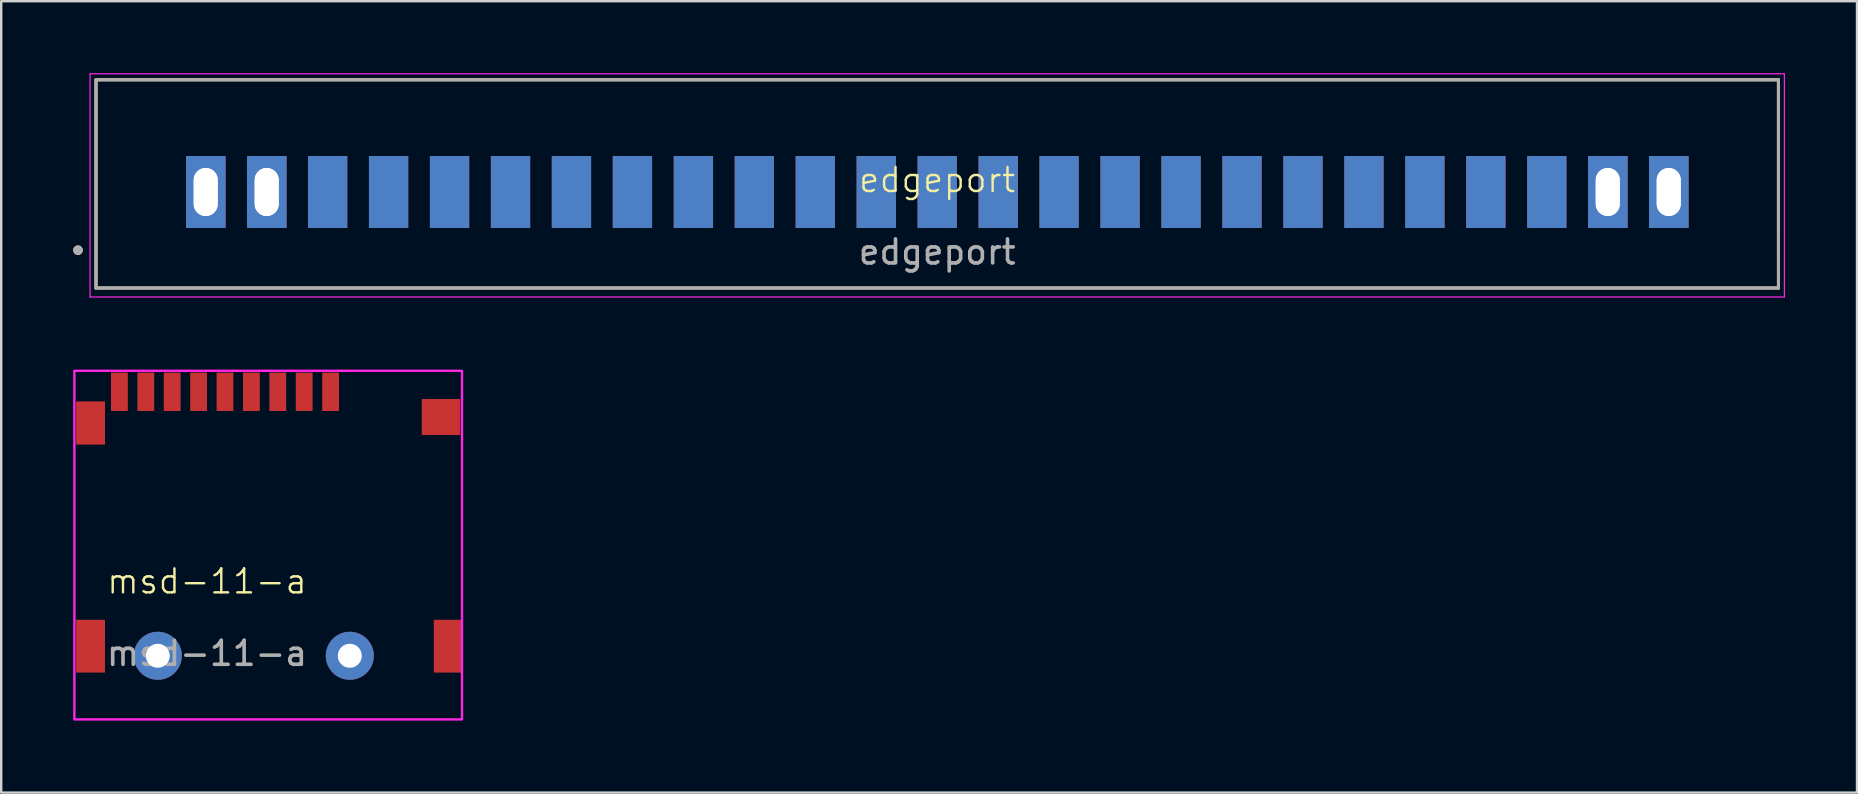
<source format=kicad_pcb>
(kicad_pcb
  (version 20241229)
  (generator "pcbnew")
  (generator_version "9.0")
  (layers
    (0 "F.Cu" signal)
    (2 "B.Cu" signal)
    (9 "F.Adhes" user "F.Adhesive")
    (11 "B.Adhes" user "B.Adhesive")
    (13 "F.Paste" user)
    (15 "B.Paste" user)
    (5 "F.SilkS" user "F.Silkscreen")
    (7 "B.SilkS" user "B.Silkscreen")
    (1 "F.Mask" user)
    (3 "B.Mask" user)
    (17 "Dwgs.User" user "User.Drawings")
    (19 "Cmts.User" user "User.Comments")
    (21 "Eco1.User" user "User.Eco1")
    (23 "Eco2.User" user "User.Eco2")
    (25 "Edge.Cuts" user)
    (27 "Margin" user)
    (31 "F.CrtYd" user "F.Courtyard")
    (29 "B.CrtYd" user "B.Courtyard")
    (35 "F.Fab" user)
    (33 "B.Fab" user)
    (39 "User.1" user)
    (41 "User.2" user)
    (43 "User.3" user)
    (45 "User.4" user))
  (footprint "msd-11-a"
    (layer "F.Cu")
    (at 5.575 21.675)
    (property "Reference" "msd-11-a" (at 0 -0.5 0) (unlocked yes) (layer "F.SilkS") (effects (font (size 1 1) (thickness 0.1))))
    (attr smd)
    (fp_rect (start -5.525 -9.275) (end 10.625 5.25) (stroke (width 0.1) (type default)) (fill no) (layer "F.CrtYd"))
    (fp_text user "${REFERENCE}" (at 0 2.5 0) (unlocked yes) (layer "F.Fab") (effects (font (size 1 1) (thickness 0.15))))
    (pad "1" smd rect (at 5.15 -8.4) (size 0.7 1.6) (layers "F.Cu" "F.Mask" "F.Paste"))
    (pad "2" smd rect (at 4.05 -8.4) (size 0.7 1.6) (layers "F.Cu" "F.Mask" "F.Paste"))
    (pad "3" smd rect (at 2.95 -8.4) (size 0.7 1.6) (layers "F.Cu" "F.Mask" "F.Paste"))
    (pad "4" smd rect (at 1.85 -8.4) (size 0.7 1.6) (layers "F.Cu" "F.Mask" "F.Paste"))
    (pad "5" smd rect (at 0.75 -8.4) (size 0.7 1.6) (layers "F.Cu" "F.Mask" "F.Paste"))
    (pad "6" smd rect (at -0.35 -8.4) (size 0.7 1.6) (layers "F.Cu" "F.Mask" "F.Paste"))
    (pad "7" smd rect (at -1.45 -8.4) (size 0.7 1.6) (layers "F.Cu" "F.Mask" "F.Paste"))
    (pad "8" smd rect (at -2.55 -8.4) (size 0.7 1.6) (layers "F.Cu" "F.Mask" "F.Paste"))
    (pad "9" smd rect (at -3.65 -8.4) (size 0.7 1.6) (layers "F.Cu" "F.Mask" "F.Paste"))
    (pad "10" smd rect (at -4.85 -7.1) (size 1.2 1.8) (layers "F.Cu" "F.Mask" "F.Paste"))
    (pad "11" smd rect (at 9.75 -7.35) (size 1.6 1.5) (layers "F.Cu" "F.Mask" "F.Paste"))
    (pad "12" smd rect (at 10.05 2.2) (size 1.2 2.2) (layers "F.Cu" "F.Mask" "F.Paste"))
    (pad "13" smd rect (at -4.85 2.2) (size 1.2 2.2) (layers "F.Cu" "F.Mask" "F.Paste"))
    (pad "13" thru_hole circle (at -2.05 2.6) (size 2 2) (drill 1) (layers "*.Cu" "*.Mask"))
    (pad "13" thru_hole circle (at 5.95 2.6) (size 2 2) (drill 1) (layers "*.Cu" "*.Mask")))
  (footprint "edgeport"
    (layer "F.Cu")
    (at 36.002 4.95)
    (property "Reference" "edgeport" (at 0 -0.5 0) (unlocked yes) (layer "F.SilkS") (effects (font (size 1 1) (thickness 0.1))))
    (attr smd)
    (fp_line (start -35.052 -4.674) (end 35.052 -4.674) (stroke (width 0.127) (type solid)) (layer "F.SilkS"))
    (fp_line (start -35.052 4) (end -35.052 -4.674) (stroke (width 0.127) (type solid)) (layer "F.SilkS"))
    (fp_line (start 35.052 -4.674) (end 35.052 4) (stroke (width 0.127) (type solid)) (layer "F.SilkS"))
    (fp_line (start 35.052 4) (end -35.052 4) (stroke (width 0.127) (type solid)) (layer "F.SilkS"))
    (fp_circle (center -35.802 2.426) (end -35.702 2.426) (stroke (width 0.2) (type solid)) (fill no) (layer "F.SilkS"))
    (fp_line (start -35.3 -4.925) (end -35.3 4.375) (stroke (width 0.05) (type solid)) (layer "F.CrtYd"))
    (fp_line (start -35.3 4.375) (end 35.3 4.375) (stroke (width 0.05) (type solid)) (layer "F.CrtYd"))
    (fp_line (start 35.3 -4.924) (end -35.3 -4.925) (stroke (width 0.05) (type solid)) (layer "F.CrtYd"))
    (fp_line (start 35.3 4.375) (end 35.3 -4.924) (stroke (width 0.05) (type solid)) (layer "F.CrtYd"))
    (fp_line (start -35.052 -4.674) (end 35.052 -4.674) (stroke (width 0.127) (type solid)) (layer "F.Fab"))
    (fp_line (start -35.05 4) (end -35.052 -4.674) (stroke (width 0.127) (type solid)) (layer "F.Fab"))
    (fp_line (start 35.052 -4.674) (end 35.054 4) (stroke (width 0.127) (type solid)) (layer "F.Fab"))
    (fp_line (start 35.054 4) (end -35.05 4) (stroke (width 0.127) (type solid)) (layer "F.Fab"))
    (fp_circle (center -35.802 2.426) (end -35.702 2.426) (stroke (width 0.2) (type solid)) (fill no) (layer "F.Fab"))
    (fp_text user "${REFERENCE}" (at 0 2.5 0) (unlocked yes) (layer "F.Fab") (effects (font (size 1 1) (thickness 0.15))))
    (pad "1" thru_hole rect (at -30.48 0) (size 1.638 3) (drill oval 1 2) (layers "*.Cu" "*.Mask"))
    (pad "2" thru_hole rect (at -30.48 0) (size 1.638 3) (drill oval 1 2) (layers "*.Cu" "*.Mask"))
    (pad "3" thru_hole rect (at -27.94 0) (size 1.638 3) (drill oval 1 2) (layers "*.Cu" "*.Mask"))
    (pad "4" thru_hole rect (at -27.94 0) (size 1.638 3) (drill oval 1 2) (layers "*.Cu" "*.Mask"))
    (pad "5" smd rect (at -25.4 0) (size 1.638 3) (layers "B.Cu" "B.Mask" "B.Paste"))
    (pad "6" smd rect (at -25.4 0) (size 1.638 3) (layers "F.Cu" "F.Mask" "F.Paste"))
    (pad "7" smd rect (at -22.86 0) (size 1.638 3) (layers "B.Cu" "B.Mask" "B.Paste"))
    (pad "8" smd rect (at -22.86 0) (size 1.638 3) (layers "F.Cu" "F.Mask" "F.Paste"))
    (pad "9" smd rect (at -20.32 0) (size 1.638 3) (layers "B.Cu" "B.Mask" "B.Paste"))
    (pad "10" smd rect (at -20.32 0) (size 1.638 3) (layers "F.Cu" "F.Mask" "F.Paste"))
    (pad "11" smd rect (at -17.78 0) (size 1.638 3) (layers "B.Cu" "B.Mask" "B.Paste"))
    (pad "12" smd rect (at -17.78 0) (size 1.638 3) (layers "F.Cu" "F.Mask" "F.Paste"))
    (pad "13" smd rect (at -15.24 0) (size 1.638 3) (layers "B.Cu" "B.Mask" "B.Paste"))
    (pad "14" smd rect (at -15.24 0) (size 1.638 3) (layers "F.Cu" "F.Mask" "F.Paste"))
    (pad "15" smd rect (at -12.7 0) (size 1.638 3) (layers "B.Cu" "B.Mask" "B.Paste"))
    (pad "16" smd rect (at -12.7 0) (size 1.638 3) (layers "F.Cu" "F.Mask" "F.Paste"))
    (pad "17" smd rect (at -10.16 0) (size 1.638 3) (layers "B.Cu" "B.Mask" "B.Paste"))
    (pad "18" smd rect (at -10.16 0) (size 1.638 3) (layers "F.Cu" "F.Mask" "F.Paste"))
    (pad "19" smd rect (at -7.62 0) (size 1.638 3) (layers "B.Cu" "B.Mask" "B.Paste"))
    (pad "20" smd rect (at -7.62 0) (size 1.638 3) (layers "F.Cu" "F.Mask" "F.Paste"))
    (pad "21" smd rect (at -5.08 0) (size 1.638 3) (layers "B.Cu" "B.Mask" "B.Paste"))
    (pad "22" smd rect (at -5.08 0) (size 1.638 3) (layers "F.Cu" "F.Mask" "F.Paste"))
    (pad "23" smd rect (at -2.54 0) (size 1.638 3) (layers "B.Cu" "B.Mask" "B.Paste"))
    (pad "24" smd rect (at -2.54 0) (size 1.638 3) (layers "F.Cu" "F.Mask" "F.Paste"))
    (pad "25" smd rect (at 0 0) (size 1.638 3) (layers "B.Cu" "B.Mask" "B.Paste"))
    (pad "26" smd rect (at 0 0) (size 1.638 3) (layers "F.Cu" "F.Mask" "F.Paste"))
    (pad "27" smd rect (at 2.54 0) (size 1.638 3) (layers "B.Cu" "B.Mask" "B.Paste"))
    (pad "28" smd rect (at 2.54 0) (size 1.638 3) (layers "F.Cu" "F.Mask" "F.Paste"))
    (pad "29" smd rect (at 5.08 0) (size 1.638 3) (layers "B.Cu" "B.Mask" "B.Paste"))
    (pad "30" smd rect (at 5.08 0) (size 1.638 3) (layers "F.Cu" "F.Mask" "F.Paste"))
    (pad "31" smd rect (at 7.62 0) (size 1.638 3) (layers "B.Cu" "B.Mask" "B.Paste"))
    (pad "32" smd rect (at 7.62 0) (size 1.638 3) (layers "F.Cu" "F.Mask" "F.Paste"))
    (pad "33" smd rect (at 10.16 0) (size 1.638 3) (layers "B.Cu" "B.Mask" "B.Paste"))
    (pad "34" smd rect (at 10.16 0) (size 1.638 3) (layers "F.Cu" "F.Mask" "F.Paste"))
    (pad "35" smd rect (at 12.7 0) (size 1.638 3) (layers "B.Cu" "B.Mask" "B.Paste"))
    (pad "36" smd rect (at 12.7 0) (size 1.638 3) (layers "F.Cu" "F.Mask" "F.Paste"))
    (pad "37" smd rect (at 15.24 0) (size 1.638 3) (layers "B.Cu" "B.Mask" "B.Paste"))
    (pad "38" smd rect (at 15.24 0) (size 1.638 3) (layers "F.Cu" "F.Mask" "F.Paste"))
    (pad "39" smd rect (at 17.78 0) (size 1.638 3) (layers "B.Cu" "B.Mask" "B.Paste"))
    (pad "40" smd rect (at 17.78 0) (size 1.638 3) (layers "F.Cu" "F.Mask" "F.Paste"))
    (pad "41" smd rect (at 20.32 0) (size 1.638 3) (layers "B.Cu" "B.Mask" "B.Paste"))
    (pad "42" smd rect (at 20.32 0) (size 1.638 3) (layers "F.Cu" "F.Mask" "F.Paste"))
    (pad "43" smd rect (at 22.86 0) (size 1.638 3) (layers "B.Cu" "B.Mask" "B.Paste"))
    (pad "44" smd rect (at 22.86 0) (size 1.638 3) (layers "F.Cu" "F.Mask" "F.Paste"))
    (pad "45" smd rect (at 25.4 0) (size 1.638 3) (layers "B.Cu" "B.Mask" "B.Paste"))
    (pad "46" smd rect (at 25.4 0) (size 1.638 3) (layers "F.Cu" "F.Mask" "F.Paste"))
    (pad "47" thru_hole rect (at 27.94 0) (size 1.638 3) (drill oval 1 2) (layers "*.Cu" "*.Mask"))
    (pad "48" thru_hole rect (at 27.94 0) (size 1.638 3) (drill oval 1 2) (layers "*.Cu" "*.Mask"))
    (pad "49" thru_hole rect (at 30.48 0) (size 1.638 3) (drill oval 1 2) (layers "*.Cu" "*.Mask"))
    (pad "50" thru_hole rect (at 30.48 0) (size 1.638 3) (drill oval 1 2) (layers "*.Cu" "*.Mask")))
  (gr_rect
    (start -3 -3)
    (end 74.327 29.975)
    (stroke (width 0.1) (type default))
    (fill no)
    (layer "Edge.Cuts")))
</source>
